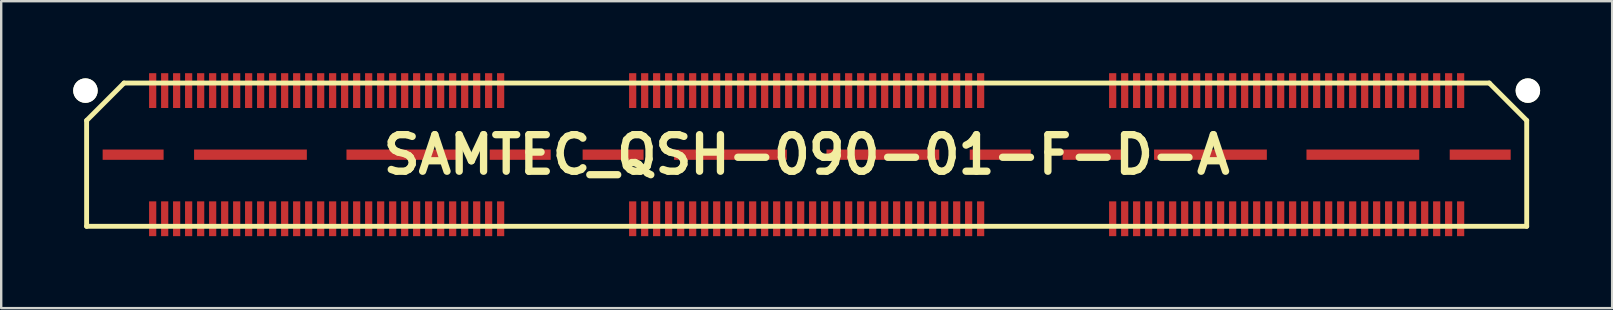
<source format=kicad_pcb>
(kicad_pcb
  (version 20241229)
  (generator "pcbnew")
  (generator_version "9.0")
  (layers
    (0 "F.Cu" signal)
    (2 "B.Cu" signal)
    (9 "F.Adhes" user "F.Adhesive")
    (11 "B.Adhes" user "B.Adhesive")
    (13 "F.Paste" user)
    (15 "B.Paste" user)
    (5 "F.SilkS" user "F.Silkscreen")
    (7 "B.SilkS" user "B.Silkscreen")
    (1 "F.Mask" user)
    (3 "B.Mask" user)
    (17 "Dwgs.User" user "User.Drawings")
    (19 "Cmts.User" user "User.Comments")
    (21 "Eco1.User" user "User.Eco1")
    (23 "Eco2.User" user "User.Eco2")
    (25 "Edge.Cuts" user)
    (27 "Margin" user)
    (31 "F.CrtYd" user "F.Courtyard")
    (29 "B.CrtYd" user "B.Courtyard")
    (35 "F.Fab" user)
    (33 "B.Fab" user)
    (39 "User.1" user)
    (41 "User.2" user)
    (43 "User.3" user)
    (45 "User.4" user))
  (footprint "SAMTEC_QSH-090-01-F-D-A"
    (layer "F.Cu")
    (at 30.561 3.395)
    (property "Reference" "SAMTEC_QSH-090-01-F-D-A" (at 0 0 0) (layer "F.SilkS") (effects (font (size 1.524 1.524) (thickness 0.305))))
    (attr through_hole)
    (fp_line (start -30.002 -1.425) (end -28.443 -2.985) (stroke (width 0.203) (type solid)) (layer "F.SilkS"))
    (fp_line (start -30.002 2.985) (end -30.002 -1.425) (stroke (width 0.203) (type solid)) (layer "F.SilkS"))
    (fp_line (start -28.443 -2.985) (end 28.443 -2.985) (stroke (width 0.203) (type solid)) (layer "F.SilkS"))
    (fp_line (start 28.443 -2.985) (end 30.002 -1.425) (stroke (width 0.203) (type solid)) (layer "F.SilkS"))
    (fp_line (start 30.002 -1.425) (end 30.002 2.985) (stroke (width 0.203) (type solid)) (layer "F.SilkS"))
    (fp_line (start 30.002 2.985) (end -30.002 2.985) (stroke (width 0.203) (type solid)) (layer "F.SilkS"))
    (pad "" np_thru_hole circle (at -30.051 -2.67) (size 1.021 1.021) (drill 1.021) (layers "*.Cu" "*.Mask" "F.SilkS"))
    (pad "" np_thru_hole circle (at 30.051 -2.67) (size 1.021 1.021) (drill 1.021) (layers "*.Cu" "*.Mask" "F.SilkS"))
    (pad "1" smd rect (at -27.249 2.67) (size 0.3 1.45) (layers "F.Cu" "F.Mask" "F.Paste"))
    (pad "2" smd rect (at -27.249 -2.67) (size 0.3 1.45) (layers "F.Cu" "F.Mask" "F.Paste"))
    (pad "3" smd rect (at -26.749 2.67) (size 0.3 1.45) (layers "F.Cu" "F.Mask" "F.Paste"))
    (pad "4" smd rect (at -26.749 -2.67) (size 0.3 1.45) (layers "F.Cu" "F.Mask" "F.Paste"))
    (pad "5" smd rect (at -26.251 2.67) (size 0.3 1.45) (layers "F.Cu" "F.Mask" "F.Paste"))
    (pad "6" smd rect (at -26.251 -2.67) (size 0.3 1.45) (layers "F.Cu" "F.Mask" "F.Paste"))
    (pad "7" smd rect (at -25.751 2.67) (size 0.3 1.45) (layers "F.Cu" "F.Mask" "F.Paste"))
    (pad "8" smd rect (at -25.751 -2.67) (size 0.3 1.45) (layers "F.Cu" "F.Mask" "F.Paste"))
    (pad "9" smd rect (at -25.25 2.67) (size 0.3 1.45) (layers "F.Cu" "F.Mask" "F.Paste"))
    (pad "10" smd rect (at -25.25 -2.67) (size 0.3 1.45) (layers "F.Cu" "F.Mask" "F.Paste"))
    (pad "11" smd rect (at -24.75 2.67) (size 0.3 1.45) (layers "F.Cu" "F.Mask" "F.Paste"))
    (pad "12" smd rect (at -24.75 -2.67) (size 0.3 1.45) (layers "F.Cu" "F.Mask" "F.Paste"))
    (pad "13" smd rect (at -24.249 2.67) (size 0.3 1.45) (layers "F.Cu" "F.Mask" "F.Paste"))
    (pad "14" smd rect (at -24.249 -2.67) (size 0.3 1.45) (layers "F.Cu" "F.Mask" "F.Paste"))
    (pad "15" smd rect (at -23.749 2.67) (size 0.3 1.45) (layers "F.Cu" "F.Mask" "F.Paste"))
    (pad "16" smd rect (at -23.749 -2.67) (size 0.3 1.45) (layers "F.Cu" "F.Mask" "F.Paste"))
    (pad "17" smd rect (at -23.251 2.67) (size 0.3 1.45) (layers "F.Cu" "F.Mask" "F.Paste"))
    (pad "18" smd rect (at -23.251 -2.67) (size 0.3 1.45) (layers "F.Cu" "F.Mask" "F.Paste"))
    (pad "19" smd rect (at -22.751 2.67) (size 0.3 1.45) (layers "F.Cu" "F.Mask" "F.Paste"))
    (pad "20" smd rect (at -22.751 -2.67) (size 0.3 1.45) (layers "F.Cu" "F.Mask" "F.Paste"))
    (pad "21" smd rect (at -22.25 2.67) (size 0.3 1.45) (layers "F.Cu" "F.Mask" "F.Paste"))
    (pad "22" smd rect (at -22.25 -2.67) (size 0.3 1.45) (layers "F.Cu" "F.Mask" "F.Paste"))
    (pad "23" smd rect (at -21.75 2.67) (size 0.3 1.45) (layers "F.Cu" "F.Mask" "F.Paste"))
    (pad "24" smd rect (at -21.75 -2.67) (size 0.3 1.45) (layers "F.Cu" "F.Mask" "F.Paste"))
    (pad "25" smd rect (at -21.25 2.67) (size 0.3 1.45) (layers "F.Cu" "F.Mask" "F.Paste"))
    (pad "26" smd rect (at -21.25 -2.67) (size 0.3 1.45) (layers "F.Cu" "F.Mask" "F.Paste"))
    (pad "27" smd rect (at -20.749 2.67) (size 0.3 1.45) (layers "F.Cu" "F.Mask" "F.Paste"))
    (pad "28" smd rect (at -20.749 -2.67) (size 0.3 1.45) (layers "F.Cu" "F.Mask" "F.Paste"))
    (pad "29" smd rect (at -20.249 2.67) (size 0.3 1.45) (layers "F.Cu" "F.Mask" "F.Paste"))
    (pad "30" smd rect (at -20.249 -2.67) (size 0.3 1.45) (layers "F.Cu" "F.Mask" "F.Paste"))
    (pad "31" smd rect (at -19.751 2.67) (size 0.3 1.45) (layers "F.Cu" "F.Mask" "F.Paste"))
    (pad "32" smd rect (at -19.751 -2.67) (size 0.3 1.45) (layers "F.Cu" "F.Mask" "F.Paste"))
    (pad "33" smd rect (at -19.251 2.67) (size 0.3 1.45) (layers "F.Cu" "F.Mask" "F.Paste"))
    (pad "34" smd rect (at -19.251 -2.67) (size 0.3 1.45) (layers "F.Cu" "F.Mask" "F.Paste"))
    (pad "35" smd rect (at -18.75 2.67) (size 0.3 1.45) (layers "F.Cu" "F.Mask" "F.Paste"))
    (pad "36" smd rect (at -18.75 -2.67) (size 0.3 1.45) (layers "F.Cu" "F.Mask" "F.Paste"))
    (pad "37" smd rect (at -18.25 2.67) (size 0.3 1.45) (layers "F.Cu" "F.Mask" "F.Paste"))
    (pad "38" smd rect (at -18.25 -2.67) (size 0.3 1.45) (layers "F.Cu" "F.Mask" "F.Paste"))
    (pad "39" smd rect (at -17.75 2.67) (size 0.3 1.45) (layers "F.Cu" "F.Mask" "F.Paste"))
    (pad "40" smd rect (at -17.75 -2.67) (size 0.3 1.45) (layers "F.Cu" "F.Mask" "F.Paste"))
    (pad "41" smd rect (at -17.249 2.67) (size 0.3 1.45) (layers "F.Cu" "F.Mask" "F.Paste"))
    (pad "42" smd rect (at -17.249 -2.67) (size 0.3 1.45) (layers "F.Cu" "F.Mask" "F.Paste"))
    (pad "43" smd rect (at -16.749 2.67) (size 0.3 1.45) (layers "F.Cu" "F.Mask" "F.Paste"))
    (pad "44" smd rect (at -16.749 -2.67) (size 0.3 1.45) (layers "F.Cu" "F.Mask" "F.Paste"))
    (pad "45" smd rect (at -16.251 2.67) (size 0.3 1.45) (layers "F.Cu" "F.Mask" "F.Paste"))
    (pad "46" smd rect (at -16.251 -2.67) (size 0.3 1.45) (layers "F.Cu" "F.Mask" "F.Paste"))
    (pad "47" smd rect (at -15.751 2.67) (size 0.3 1.45) (layers "F.Cu" "F.Mask" "F.Paste"))
    (pad "48" smd rect (at -15.751 -2.67) (size 0.3 1.45) (layers "F.Cu" "F.Mask" "F.Paste"))
    (pad "49" smd rect (at -15.25 2.67) (size 0.3 1.45) (layers "F.Cu" "F.Mask" "F.Paste"))
    (pad "50" smd rect (at -15.25 -2.67) (size 0.3 1.45) (layers "F.Cu" "F.Mask" "F.Paste"))
    (pad "51" smd rect (at -14.75 2.67) (size 0.3 1.45) (layers "F.Cu" "F.Mask" "F.Paste"))
    (pad "52" smd rect (at -14.75 -2.67) (size 0.3 1.45) (layers "F.Cu" "F.Mask" "F.Paste"))
    (pad "53" smd rect (at -14.249 2.67) (size 0.3 1.45) (layers "F.Cu" "F.Mask" "F.Paste"))
    (pad "54" smd rect (at -14.249 -2.67) (size 0.3 1.45) (layers "F.Cu" "F.Mask" "F.Paste"))
    (pad "55" smd rect (at -13.749 2.67) (size 0.3 1.45) (layers "F.Cu" "F.Mask" "F.Paste"))
    (pad "56" smd rect (at -13.749 -2.67) (size 0.3 1.45) (layers "F.Cu" "F.Mask" "F.Paste"))
    (pad "57" smd rect (at -13.251 2.67) (size 0.3 1.45) (layers "F.Cu" "F.Mask" "F.Paste"))
    (pad "58" smd rect (at -13.251 -2.67) (size 0.3 1.45) (layers "F.Cu" "F.Mask" "F.Paste"))
    (pad "59" smd rect (at -12.751 2.67) (size 0.3 1.45) (layers "F.Cu" "F.Mask" "F.Paste"))
    (pad "60" smd rect (at -12.751 -2.67) (size 0.3 1.45) (layers "F.Cu" "F.Mask" "F.Paste"))
    (pad "61" smd rect (at -7.249 2.67) (size 0.3 1.45) (layers "F.Cu" "F.Mask" "F.Paste"))
    (pad "62" smd rect (at -7.249 -2.67) (size 0.3 1.45) (layers "F.Cu" "F.Mask" "F.Paste"))
    (pad "63" smd rect (at -6.749 2.67) (size 0.3 1.45) (layers "F.Cu" "F.Mask" "F.Paste"))
    (pad "64" smd rect (at -6.749 -2.67) (size 0.3 1.45) (layers "F.Cu" "F.Mask" "F.Paste"))
    (pad "65" smd rect (at -6.251 2.67) (size 0.3 1.45) (layers "F.Cu" "F.Mask" "F.Paste"))
    (pad "66" smd rect (at -6.251 -2.67) (size 0.3 1.45) (layers "F.Cu" "F.Mask" "F.Paste"))
    (pad "67" smd rect (at -5.751 2.67) (size 0.3 1.45) (layers "F.Cu" "F.Mask" "F.Paste"))
    (pad "68" smd rect (at -5.751 -2.67) (size 0.3 1.45) (layers "F.Cu" "F.Mask" "F.Paste"))
    (pad "69" smd rect (at -5.25 2.67) (size 0.3 1.45) (layers "F.Cu" "F.Mask" "F.Paste"))
    (pad "70" smd rect (at -5.25 -2.67) (size 0.3 1.45) (layers "F.Cu" "F.Mask" "F.Paste"))
    (pad "71" smd rect (at -4.75 2.67) (size 0.3 1.45) (layers "F.Cu" "F.Mask" "F.Paste"))
    (pad "72" smd rect (at -4.75 -2.67) (size 0.3 1.45) (layers "F.Cu" "F.Mask" "F.Paste"))
    (pad "73" smd rect (at -4.249 2.67) (size 0.3 1.45) (layers "F.Cu" "F.Mask" "F.Paste"))
    (pad "74" smd rect (at -4.249 -2.67) (size 0.3 1.45) (layers "F.Cu" "F.Mask" "F.Paste"))
    (pad "75" smd rect (at -3.749 2.67) (size 0.3 1.45) (layers "F.Cu" "F.Mask" "F.Paste"))
    (pad "76" smd rect (at -3.749 -2.67) (size 0.3 1.45) (layers "F.Cu" "F.Mask" "F.Paste"))
    (pad "77" smd rect (at -3.251 2.67) (size 0.3 1.45) (layers "F.Cu" "F.Mask" "F.Paste"))
    (pad "78" smd rect (at -3.251 -2.67) (size 0.3 1.45) (layers "F.Cu" "F.Mask" "F.Paste"))
    (pad "79" smd rect (at -2.751 2.67) (size 0.3 1.45) (layers "F.Cu" "F.Mask" "F.Paste"))
    (pad "80" smd rect (at -2.751 -2.67) (size 0.3 1.45) (layers "F.Cu" "F.Mask" "F.Paste"))
    (pad "81" smd rect (at -2.25 2.67) (size 0.3 1.45) (layers "F.Cu" "F.Mask" "F.Paste"))
    (pad "82" smd rect (at -2.25 -2.67) (size 0.3 1.45) (layers "F.Cu" "F.Mask" "F.Paste"))
    (pad "83" smd rect (at -1.75 2.67) (size 0.3 1.45) (layers "F.Cu" "F.Mask" "F.Paste"))
    (pad "84" smd rect (at -1.75 -2.67) (size 0.3 1.45) (layers "F.Cu" "F.Mask" "F.Paste"))
    (pad "85" smd rect (at -1.25 2.67) (size 0.3 1.45) (layers "F.Cu" "F.Mask" "F.Paste"))
    (pad "86" smd rect (at -1.25 -2.67) (size 0.3 1.45) (layers "F.Cu" "F.Mask" "F.Paste"))
    (pad "87" smd rect (at -0.749 2.67) (size 0.3 1.45) (layers "F.Cu" "F.Mask" "F.Paste"))
    (pad "88" smd rect (at -0.749 -2.67) (size 0.3 1.45) (layers "F.Cu" "F.Mask" "F.Paste"))
    (pad "89" smd rect (at -0.249 2.67) (size 0.3 1.45) (layers "F.Cu" "F.Mask" "F.Paste"))
    (pad "90" smd rect (at -0.249 -2.67) (size 0.3 1.45) (layers "F.Cu" "F.Mask" "F.Paste"))
    (pad "91" smd rect (at 0.249 2.67) (size 0.3 1.45) (layers "F.Cu" "F.Mask" "F.Paste"))
    (pad "92" smd rect (at 0.249 -2.67) (size 0.3 1.45) (layers "F.Cu" "F.Mask" "F.Paste"))
    (pad "93" smd rect (at 0.749 2.67) (size 0.3 1.45) (layers "F.Cu" "F.Mask" "F.Paste"))
    (pad "94" smd rect (at 0.749 -2.67) (size 0.3 1.45) (layers "F.Cu" "F.Mask" "F.Paste"))
    (pad "95" smd rect (at 1.25 2.67) (size 0.3 1.45) (layers "F.Cu" "F.Mask" "F.Paste"))
    (pad "96" smd rect (at 1.25 -2.67) (size 0.3 1.45) (layers "F.Cu" "F.Mask" "F.Paste"))
    (pad "97" smd rect (at 1.75 2.67) (size 0.3 1.45) (layers "F.Cu" "F.Mask" "F.Paste"))
    (pad "98" smd rect (at 1.75 -2.67) (size 0.3 1.45) (layers "F.Cu" "F.Mask" "F.Paste"))
    (pad "99" smd rect (at 2.25 2.67) (size 0.3 1.45) (layers "F.Cu" "F.Mask" "F.Paste"))
    (pad "100" smd rect (at 2.25 -2.67) (size 0.3 1.45) (layers "F.Cu" "F.Mask" "F.Paste"))
    (pad "101" smd rect (at 2.751 2.67) (size 0.3 1.45) (layers "F.Cu" "F.Mask" "F.Paste"))
    (pad "102" smd rect (at 2.751 -2.67) (size 0.3 1.45) (layers "F.Cu" "F.Mask" "F.Paste"))
    (pad "103" smd rect (at 3.251 2.67) (size 0.3 1.45) (layers "F.Cu" "F.Mask" "F.Paste"))
    (pad "104" smd rect (at 3.251 -2.67) (size 0.3 1.45) (layers "F.Cu" "F.Mask" "F.Paste"))
    (pad "105" smd rect (at 3.749 2.67) (size 0.3 1.45) (layers "F.Cu" "F.Mask" "F.Paste"))
    (pad "106" smd rect (at 3.749 -2.67) (size 0.3 1.45) (layers "F.Cu" "F.Mask" "F.Paste"))
    (pad "107" smd rect (at 4.249 2.67) (size 0.3 1.45) (layers "F.Cu" "F.Mask" "F.Paste"))
    (pad "108" smd rect (at 4.249 -2.67) (size 0.3 1.45) (layers "F.Cu" "F.Mask" "F.Paste"))
    (pad "109" smd rect (at 4.75 2.67) (size 0.3 1.45) (layers "F.Cu" "F.Mask" "F.Paste"))
    (pad "110" smd rect (at 4.75 -2.67) (size 0.3 1.45) (layers "F.Cu" "F.Mask" "F.Paste"))
    (pad "111" smd rect (at 5.25 2.67) (size 0.3 1.45) (layers "F.Cu" "F.Mask" "F.Paste"))
    (pad "112" smd rect (at 5.25 -2.67) (size 0.3 1.45) (layers "F.Cu" "F.Mask" "F.Paste"))
    (pad "113" smd rect (at 5.751 2.67) (size 0.3 1.45) (layers "F.Cu" "F.Mask" "F.Paste"))
    (pad "114" smd rect (at 5.751 -2.67) (size 0.3 1.45) (layers "F.Cu" "F.Mask" "F.Paste"))
    (pad "115" smd rect (at 6.251 2.67) (size 0.3 1.45) (layers "F.Cu" "F.Mask" "F.Paste"))
    (pad "116" smd rect (at 6.251 -2.67) (size 0.3 1.45) (layers "F.Cu" "F.Mask" "F.Paste"))
    (pad "117" smd rect (at 6.749 2.67) (size 0.3 1.45) (layers "F.Cu" "F.Mask" "F.Paste"))
    (pad "118" smd rect (at 6.749 -2.67) (size 0.3 1.45) (layers "F.Cu" "F.Mask" "F.Paste"))
    (pad "119" smd rect (at 7.249 2.67) (size 0.3 1.45) (layers "F.Cu" "F.Mask" "F.Paste"))
    (pad "120" smd rect (at 7.249 -2.67) (size 0.3 1.45) (layers "F.Cu" "F.Mask" "F.Paste"))
    (pad "121" smd rect (at 12.751 2.67) (size 0.3 1.45) (layers "F.Cu" "F.Mask" "F.Paste"))
    (pad "122" smd rect (at 12.751 -2.67) (size 0.3 1.45) (layers "F.Cu" "F.Mask" "F.Paste"))
    (pad "123" smd rect (at 13.251 2.67) (size 0.3 1.45) (layers "F.Cu" "F.Mask" "F.Paste"))
    (pad "124" smd rect (at 13.251 -2.67) (size 0.3 1.45) (layers "F.Cu" "F.Mask" "F.Paste"))
    (pad "125" smd rect (at 13.749 2.67) (size 0.3 1.45) (layers "F.Cu" "F.Mask" "F.Paste"))
    (pad "126" smd rect (at 13.749 -2.67) (size 0.3 1.45) (layers "F.Cu" "F.Mask" "F.Paste"))
    (pad "127" smd rect (at 14.249 2.67) (size 0.3 1.45) (layers "F.Cu" "F.Mask" "F.Paste"))
    (pad "128" smd rect (at 14.249 -2.67) (size 0.3 1.45) (layers "F.Cu" "F.Mask" "F.Paste"))
    (pad "129" smd rect (at 14.75 2.67) (size 0.3 1.45) (layers "F.Cu" "F.Mask" "F.Paste"))
    (pad "130" smd rect (at 14.75 -2.67) (size 0.3 1.45) (layers "F.Cu" "F.Mask" "F.Paste"))
    (pad "131" smd rect (at 15.25 2.67) (size 0.3 1.45) (layers "F.Cu" "F.Mask" "F.Paste"))
    (pad "132" smd rect (at 15.25 -2.67) (size 0.3 1.45) (layers "F.Cu" "F.Mask" "F.Paste"))
    (pad "133" smd rect (at 15.751 2.67) (size 0.3 1.45) (layers "F.Cu" "F.Mask" "F.Paste"))
    (pad "134" smd rect (at 15.751 -2.67) (size 0.3 1.45) (layers "F.Cu" "F.Mask" "F.Paste"))
    (pad "135" smd rect (at 16.251 2.67) (size 0.3 1.45) (layers "F.Cu" "F.Mask" "F.Paste"))
    (pad "136" smd rect (at 16.251 -2.67) (size 0.3 1.45) (layers "F.Cu" "F.Mask" "F.Paste"))
    (pad "137" smd rect (at 16.749 2.67) (size 0.3 1.45) (layers "F.Cu" "F.Mask" "F.Paste"))
    (pad "138" smd rect (at 16.749 -2.67) (size 0.3 1.45) (layers "F.Cu" "F.Mask" "F.Paste"))
    (pad "139" smd rect (at 17.249 2.67) (size 0.3 1.45) (layers "F.Cu" "F.Mask" "F.Paste"))
    (pad "140" smd rect (at 17.249 -2.67) (size 0.3 1.45) (layers "F.Cu" "F.Mask" "F.Paste"))
    (pad "141" smd rect (at 17.75 2.67) (size 0.3 1.45) (layers "F.Cu" "F.Mask" "F.Paste"))
    (pad "142" smd rect (at 17.75 -2.67) (size 0.3 1.45) (layers "F.Cu" "F.Mask" "F.Paste"))
    (pad "143" smd rect (at 18.25 2.67) (size 0.3 1.45) (layers "F.Cu" "F.Mask" "F.Paste"))
    (pad "144" smd rect (at 18.25 -2.67) (size 0.3 1.45) (layers "F.Cu" "F.Mask" "F.Paste"))
    (pad "145" smd rect (at 18.75 2.67) (size 0.3 1.45) (layers "F.Cu" "F.Mask" "F.Paste"))
    (pad "146" smd rect (at 18.75 -2.67) (size 0.3 1.45) (layers "F.Cu" "F.Mask" "F.Paste"))
    (pad "147" smd rect (at 19.251 2.67) (size 0.3 1.45) (layers "F.Cu" "F.Mask" "F.Paste"))
    (pad "148" smd rect (at 19.251 -2.67) (size 0.3 1.45) (layers "F.Cu" "F.Mask" "F.Paste"))
    (pad "149" smd rect (at 19.751 2.67) (size 0.3 1.45) (layers "F.Cu" "F.Mask" "F.Paste"))
    (pad "150" smd rect (at 19.751 -2.67) (size 0.3 1.45) (layers "F.Cu" "F.Mask" "F.Paste"))
    (pad "151" smd rect (at 20.249 2.67) (size 0.3 1.45) (layers "F.Cu" "F.Mask" "F.Paste"))
    (pad "152" smd rect (at 20.249 -2.67) (size 0.3 1.45) (layers "F.Cu" "F.Mask" "F.Paste"))
    (pad "153" smd rect (at 20.749 2.67) (size 0.3 1.45) (layers "F.Cu" "F.Mask" "F.Paste"))
    (pad "154" smd rect (at 20.749 -2.67) (size 0.3 1.45) (layers "F.Cu" "F.Mask" "F.Paste"))
    (pad "155" smd rect (at 21.25 2.67) (size 0.3 1.45) (layers "F.Cu" "F.Mask" "F.Paste"))
    (pad "156" smd rect (at 21.25 -2.67) (size 0.3 1.45) (layers "F.Cu" "F.Mask" "F.Paste"))
    (pad "157" smd rect (at 21.75 2.67) (size 0.3 1.45) (layers "F.Cu" "F.Mask" "F.Paste"))
    (pad "158" smd rect (at 21.75 -2.67) (size 0.3 1.45) (layers "F.Cu" "F.Mask" "F.Paste"))
    (pad "159" smd rect (at 22.25 2.67) (size 0.3 1.45) (layers "F.Cu" "F.Mask" "F.Paste"))
    (pad "160" smd rect (at 22.25 -2.67) (size 0.3 1.45) (layers "F.Cu" "F.Mask" "F.Paste"))
    (pad "161" smd rect (at 22.751 2.67) (size 0.3 1.45) (layers "F.Cu" "F.Mask" "F.Paste"))
    (pad "162" smd rect (at 22.751 -2.67) (size 0.3 1.45) (layers "F.Cu" "F.Mask" "F.Paste"))
    (pad "163" smd rect (at 23.251 2.67) (size 0.3 1.45) (layers "F.Cu" "F.Mask" "F.Paste"))
    (pad "164" smd rect (at 23.251 -2.67) (size 0.3 1.45) (layers "F.Cu" "F.Mask" "F.Paste"))
    (pad "165" smd rect (at 23.749 2.67) (size 0.3 1.45) (layers "F.Cu" "F.Mask" "F.Paste"))
    (pad "166" smd rect (at 23.749 -2.67) (size 0.3 1.45) (layers "F.Cu" "F.Mask" "F.Paste"))
    (pad "167" smd rect (at 24.249 2.67) (size 0.3 1.45) (layers "F.Cu" "F.Mask" "F.Paste"))
    (pad "168" smd rect (at 24.249 -2.67) (size 0.3 1.45) (layers "F.Cu" "F.Mask" "F.Paste"))
    (pad "169" smd rect (at 24.75 2.67) (size 0.3 1.45) (layers "F.Cu" "F.Mask" "F.Paste"))
    (pad "170" smd rect (at 24.75 -2.67) (size 0.3 1.45) (layers "F.Cu" "F.Mask" "F.Paste"))
    (pad "171" smd rect (at 25.25 2.67) (size 0.3 1.45) (layers "F.Cu" "F.Mask" "F.Paste"))
    (pad "172" smd rect (at 25.25 -2.67) (size 0.3 1.45) (layers "F.Cu" "F.Mask" "F.Paste"))
    (pad "173" smd rect (at 25.751 2.67) (size 0.3 1.45) (layers "F.Cu" "F.Mask" "F.Paste"))
    (pad "174" smd rect (at 25.751 -2.67) (size 0.3 1.45) (layers "F.Cu" "F.Mask" "F.Paste"))
    (pad "175" smd rect (at 26.251 2.67) (size 0.3 1.45) (layers "F.Cu" "F.Mask" "F.Paste"))
    (pad "176" smd rect (at 26.251 -2.67) (size 0.3 1.45) (layers "F.Cu" "F.Mask" "F.Paste"))
    (pad "177" smd rect (at 26.749 2.67) (size 0.3 1.45) (layers "F.Cu" "F.Mask" "F.Paste"))
    (pad "178" smd rect (at 26.749 -2.67) (size 0.3 1.45) (layers "F.Cu" "F.Mask" "F.Paste"))
    (pad "179" smd rect (at 27.249 2.67) (size 0.3 1.45) (layers "F.Cu" "F.Mask" "F.Paste"))
    (pad "180" smd rect (at 27.249 -2.67) (size 0.3 1.45) (layers "F.Cu" "F.Mask" "F.Paste"))
    (pad "A0" smd rect (at -28.064 0) (size 2.54 0.429) (layers "F.Cu" "F.Mask" "F.Paste"))
    (pad "A1" smd rect (at -23.175 0) (size 4.699 0.429) (layers "F.Cu" "F.Mask" "F.Paste"))
    (pad "A2" smd rect (at -16.825 0) (size 4.699 0.429) (layers "F.Cu" "F.Mask" "F.Paste"))
    (pad "A3" smd rect (at -11.935 0) (size 2.54 0.429) (layers "F.Cu" "F.Mask" "F.Paste"))
    (pad "B0" smd rect (at -8.065 0) (size 2.54 0.429) (layers "F.Cu" "F.Mask" "F.Paste"))
    (pad "B1" smd rect (at -3.175 0) (size 4.699 0.429) (layers "F.Cu" "F.Mask" "F.Paste"))
    (pad "B2" smd rect (at 3.175 0) (size 4.699 0.429) (layers "F.Cu" "F.Mask" "F.Paste"))
    (pad "B3" smd rect (at 8.065 0) (size 2.54 0.429) (layers "F.Cu" "F.Mask" "F.Paste"))
    (pad "C0" smd rect (at 11.935 0) (size 2.54 0.429) (layers "F.Cu" "F.Mask" "F.Paste"))
    (pad "C1" smd rect (at 16.825 0) (size 4.699 0.429) (layers "F.Cu" "F.Mask" "F.Paste"))
    (pad "C2" smd rect (at 23.175 0) (size 4.699 0.429) (layers "F.Cu" "F.Mask" "F.Paste"))
    (pad "C3" smd rect (at 28.064 0) (size 2.54 0.429) (layers "F.Cu" "F.Mask" "F.Paste")))
  (gr_rect
    (start -3 -3)
    (end 64.123 9.789)
    (stroke (width 0.1) (type default))
    (fill no)
    (layer "Edge.Cuts")))
</source>
